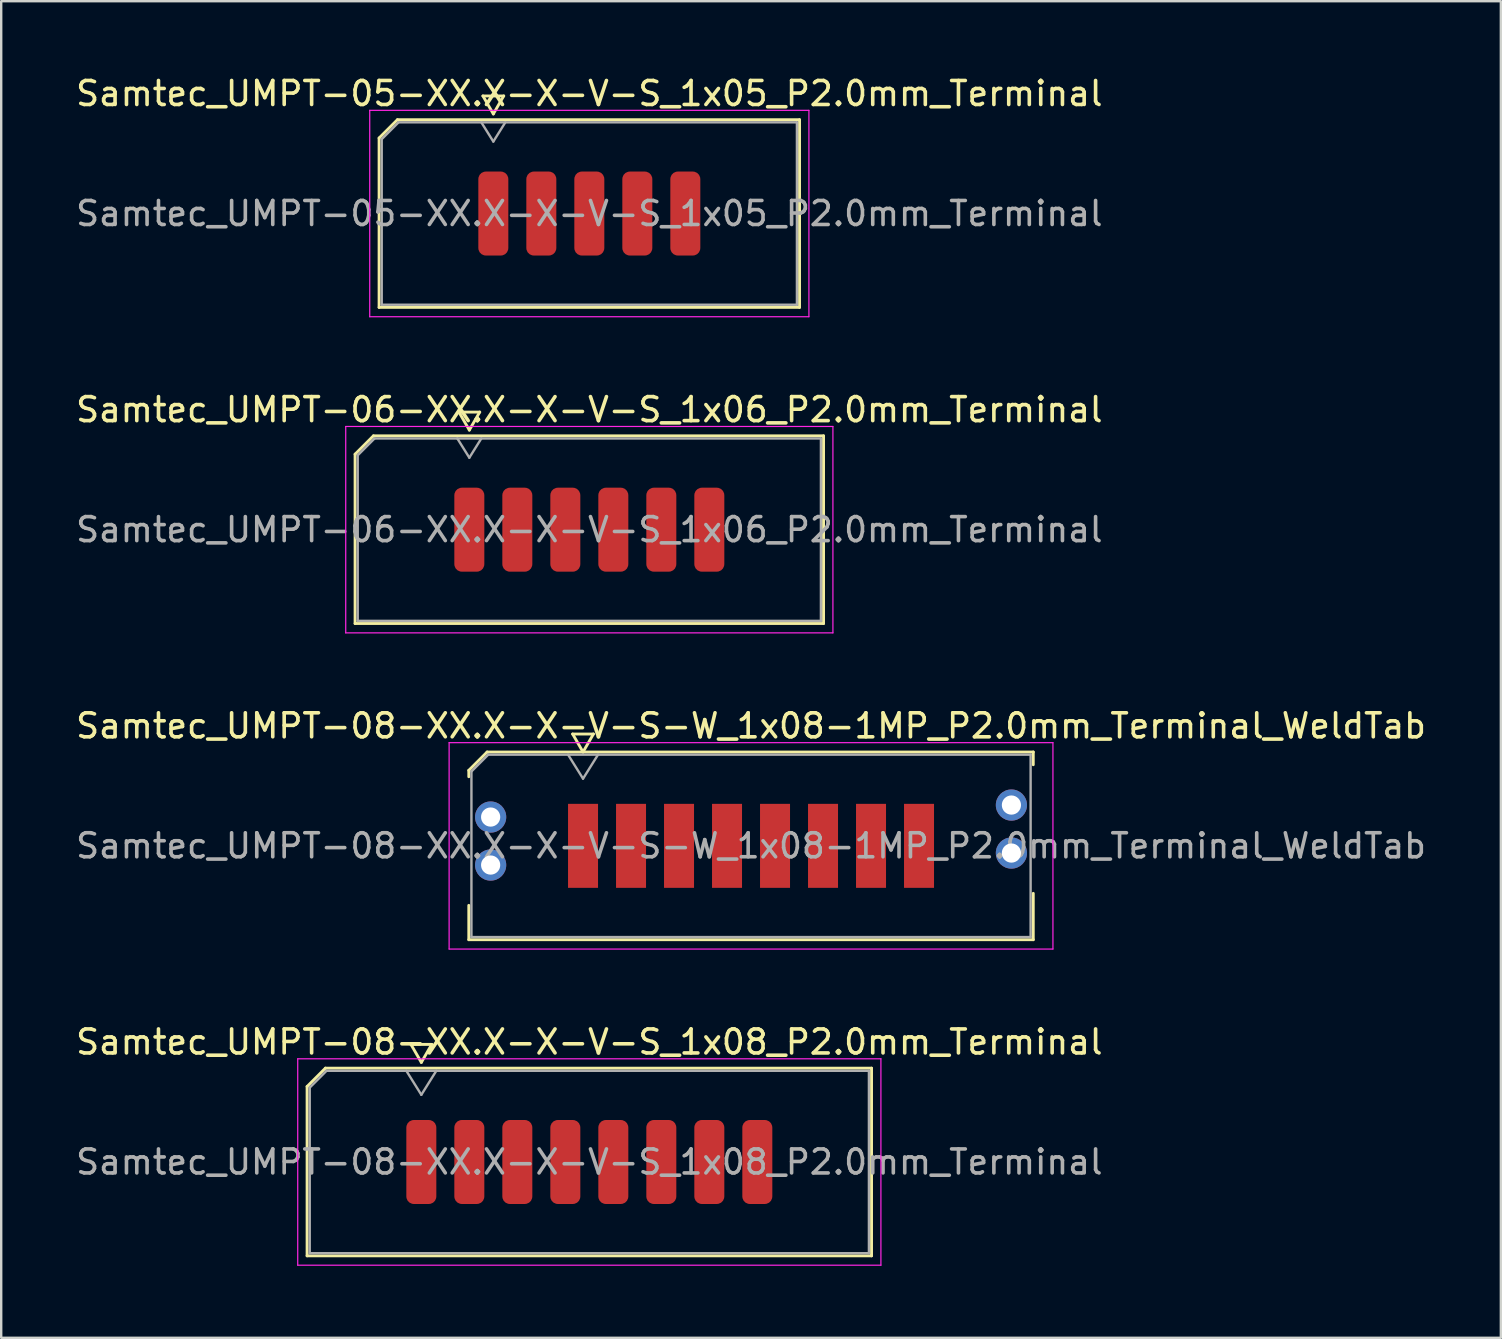
<source format=kicad_pcb>
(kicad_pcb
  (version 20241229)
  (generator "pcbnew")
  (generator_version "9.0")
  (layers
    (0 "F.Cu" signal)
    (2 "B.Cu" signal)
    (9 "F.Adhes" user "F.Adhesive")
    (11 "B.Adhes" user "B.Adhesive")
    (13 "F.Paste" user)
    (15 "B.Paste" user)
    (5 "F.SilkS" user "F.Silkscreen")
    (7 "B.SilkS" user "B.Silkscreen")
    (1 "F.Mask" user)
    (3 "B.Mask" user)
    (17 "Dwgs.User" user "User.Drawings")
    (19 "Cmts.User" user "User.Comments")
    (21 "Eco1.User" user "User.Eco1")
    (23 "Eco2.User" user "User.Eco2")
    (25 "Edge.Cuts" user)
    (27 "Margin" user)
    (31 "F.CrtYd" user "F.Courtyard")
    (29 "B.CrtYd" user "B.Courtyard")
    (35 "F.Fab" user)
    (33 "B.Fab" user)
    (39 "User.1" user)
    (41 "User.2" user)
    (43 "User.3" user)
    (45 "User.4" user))
  (footprint "Samtec_UMPT-05-XX.X-X-V-S_1x05_P2.0mm_Terminal"
    (layer "F.Cu")
    (at 21.506 5.848)
    (property "Reference" "Samtec_UMPT-05-XX.X-X-V-S_1x05_P2.0mm_Terminal" (at 0 -5 0) (layer "F.SilkS") (effects (font (size 1 1) (thickness 0.15))))
    (attr smd)
    (fp_line (start -8.76 -3.146) (end -7.996 -3.91) (stroke (width 0.12) (type solid)) (layer "F.SilkS"))
    (fp_line (start -8.76 3.91) (end -8.76 -3.146) (stroke (width 0.12) (type solid)) (layer "F.SilkS"))
    (fp_line (start -7.996 -3.91) (end 8.76 -3.91) (stroke (width 0.12) (type solid)) (layer "F.SilkS"))
    (fp_line (start -4.433 -4.9) (end -4 -4.15) (stroke (width 0.12) (type solid)) (layer "F.SilkS"))
    (fp_line (start -4 -4.15) (end -3.567 -4.9) (stroke (width 0.12) (type solid)) (layer "F.SilkS"))
    (fp_line (start -3.567 -4.9) (end -4.433 -4.9) (stroke (width 0.12) (type solid)) (layer "F.SilkS"))
    (fp_line (start 8.76 -3.91) (end 8.76 3.91) (stroke (width 0.12) (type solid)) (layer "F.SilkS"))
    (fp_line (start 8.76 3.91) (end -8.76 3.91) (stroke (width 0.12) (type solid)) (layer "F.SilkS"))
    (fp_line (start -9.15 -4.3) (end -9.15 4.3) (stroke (width 0.05) (type solid)) (layer "F.CrtYd"))
    (fp_line (start -9.15 4.3) (end 9.15 4.3) (stroke (width 0.05) (type solid)) (layer "F.CrtYd"))
    (fp_line (start 9.15 -4.3) (end -9.15 -4.3) (stroke (width 0.05) (type solid)) (layer "F.CrtYd"))
    (fp_line (start 9.15 4.3) (end 9.15 -4.3) (stroke (width 0.05) (type solid)) (layer "F.CrtYd"))
    (fp_line (start -8.65 -3.1) (end -7.95 -3.8) (stroke (width 0.1) (type solid)) (layer "F.Fab"))
    (fp_line (start -8.65 3.8) (end -8.65 -3.1) (stroke (width 0.1) (type solid)) (layer "F.Fab"))
    (fp_line (start -7.95 -3.8) (end 8.65 -3.8) (stroke (width 0.1) (type solid)) (layer "F.Fab"))
    (fp_line (start -4.5 -3.8) (end -4 -3) (stroke (width 0.1) (type solid)) (layer "F.Fab"))
    (fp_line (start -4 -3) (end -3.5 -3.8) (stroke (width 0.1) (type solid)) (layer "F.Fab"))
    (fp_line (start 8.65 -3.8) (end 8.65 3.8) (stroke (width 0.1) (type solid)) (layer "F.Fab"))
    (fp_line (start 8.65 3.8) (end -8.65 3.8) (stroke (width 0.1) (type solid)) (layer "F.Fab"))
    (fp_text user "${REFERENCE}" (at 0 0 0) (layer "F.Fab") (effects (font (size 1 1) (thickness 0.15))))
    (pad "1" smd roundrect (at -4 0) (size 1.25 3.5) (layers "F.Cu" "F.Mask" "F.Paste") (roundrect_rratio 0.25))
    (pad "2" smd roundrect (at -2 0) (size 1.25 3.5) (layers "F.Cu" "F.Mask" "F.Paste") (roundrect_rratio 0.25))
    (pad "3" smd roundrect (at 0 0) (size 1.25 3.5) (layers "F.Cu" "F.Mask" "F.Paste") (roundrect_rratio 0.25))
    (pad "4" smd roundrect (at 2 0) (size 1.25 3.5) (layers "F.Cu" "F.Mask" "F.Paste") (roundrect_rratio 0.25))
    (pad "5" smd roundrect (at 4 0) (size 1.25 3.5) (layers "F.Cu" "F.Mask" "F.Paste") (roundrect_rratio 0.25)))
  (footprint "Samtec_UMPT-08-XX.X-X-V-S-W_1x08-1MP_P2.0mm_Terminal_WeldTab"
    (layer "F.Cu")
    (at 28.244 32.195)
    (property "Reference" "Samtec_UMPT-08-XX.X-X-V-S-W_1x08-1MP_P2.0mm_Terminal_WeldTab" (at 0 -5 0) (layer "F.SilkS") (effects (font (size 1 1) (thickness 0.15))))
    (attr smd)
    (fp_line (start -11.76 -3.146) (end -10.996 -3.91) (stroke (width 0.12) (type solid)) (layer "F.SilkS"))
    (fp_line (start -11.76 -2.88) (end -11.76 -3.146) (stroke (width 0.12) (type solid)) (layer "F.SilkS"))
    (fp_line (start -11.76 3.91) (end -11.76 2.48) (stroke (width 0.12) (type solid)) (layer "F.SilkS"))
    (fp_line (start -10.996 -3.91) (end 11.76 -3.91) (stroke (width 0.12) (type solid)) (layer "F.SilkS"))
    (fp_line (start -7.433 -4.66) (end -7 -3.91) (stroke (width 0.12) (type solid)) (layer "F.SilkS"))
    (fp_line (start -7 -3.91) (end -6.567 -4.66) (stroke (width 0.12) (type solid)) (layer "F.SilkS"))
    (fp_line (start -6.567 -4.66) (end -7.433 -4.66) (stroke (width 0.12) (type solid)) (layer "F.SilkS"))
    (fp_line (start 11.76 -3.91) (end 11.76 -3.38) (stroke (width 0.12) (type solid)) (layer "F.SilkS"))
    (fp_line (start 11.76 1.98) (end 11.76 3.91) (stroke (width 0.12) (type solid)) (layer "F.SilkS"))
    (fp_line (start 11.76 3.91) (end -11.76 3.91) (stroke (width 0.12) (type solid)) (layer "F.SilkS"))
    (fp_line (start -12.58 -4.3) (end -12.58 4.3) (stroke (width 0.05) (type solid)) (layer "F.CrtYd"))
    (fp_line (start -12.58 4.3) (end 12.58 4.3) (stroke (width 0.05) (type solid)) (layer "F.CrtYd"))
    (fp_line (start 12.58 -4.3) (end -12.58 -4.3) (stroke (width 0.05) (type solid)) (layer "F.CrtYd"))
    (fp_line (start 12.58 4.3) (end 12.58 -4.3) (stroke (width 0.05) (type solid)) (layer "F.CrtYd"))
    (fp_line (start -11.65 -3.1) (end -10.95 -3.8) (stroke (width 0.1) (type solid)) (layer "F.Fab"))
    (fp_line (start -11.65 3.8) (end -11.65 -3.1) (stroke (width 0.1) (type solid)) (layer "F.Fab"))
    (fp_line (start -10.95 -3.8) (end 11.65 -3.8) (stroke (width 0.1) (type solid)) (layer "F.Fab"))
    (fp_line (start -7 -2.8) (end -7.625 -3.8) (stroke (width 0.1) (type solid)) (layer "F.Fab"))
    (fp_line (start -7 -2.8) (end -6.375 -3.8) (stroke (width 0.1) (type solid)) (layer "F.Fab"))
    (fp_line (start 11.65 -3.8) (end 11.65 3.8) (stroke (width 0.1) (type solid)) (layer "F.Fab"))
    (fp_line (start 11.65 3.8) (end -11.65 3.8) (stroke (width 0.1) (type solid)) (layer "F.Fab"))
    (fp_text user "${REFERENCE}" (at 0 0 0) (layer "F.Fab") (effects (font (size 1 1) (thickness 0.15))))
    (pad "" smd rect (at -10.85 -1.54) (size 2.45 2.28) (layers "F.Paste"))
    (pad "" smd rect (at -10.85 1.14) (size 2.45 2.28) (layers "F.Paste"))
    (pad "" smd rect (at 10.85 -2.04) (size 2.45 2.28) (layers "F.Paste"))
    (pad "" smd rect (at 10.85 0.64) (size 2.45 2.28) (layers "F.Paste"))
    (pad "1" smd rect (at -7 0) (size 1.25 3.5) (layers "F.Cu" "F.Mask" "F.Paste"))
    (pad "2" smd rect (at -5 0) (size 1.25 3.5) (layers "F.Cu" "F.Mask" "F.Paste"))
    (pad "3" smd rect (at -3 0) (size 1.25 3.5) (layers "F.Cu" "F.Mask" "F.Paste"))
    (pad "4" smd rect (at -1 0) (size 1.25 3.5) (layers "F.Cu" "F.Mask" "F.Paste"))
    (pad "5" smd rect (at 1 0) (size 1.25 3.5) (layers "F.Cu" "F.Mask" "F.Paste"))
    (pad "6" smd rect (at 3 0) (size 1.25 3.5) (layers "F.Cu" "F.Mask" "F.Paste"))
    (pad "7" smd rect (at 5 0) (size 1.25 3.5) (layers "F.Cu" "F.Mask" "F.Paste"))
    (pad "8" smd rect (at 7 0) (size 1.25 3.5) (layers "F.Cu" "F.Mask" "F.Paste"))
    (pad "MP" thru_hole circle (at -10.85 -1.2) (size 1.3 1.3) (drill 0.8) (layers "*.Cu" "*.Mask"))
    (pad "MP" thru_hole circle (at -10.85 0.8) (size 1.3 1.3) (drill 0.8) (layers "*.Cu" "*.Mask"))
    (pad "MP" thru_hole circle (at 10.85 -1.7) (size 1.3 1.3) (drill 0.8) (layers "*.Cu" "*.Mask"))
    (pad "MP" thru_hole circle (at 10.85 0.3) (size 1.3 1.3) (drill 0.8) (layers "*.Cu" "*.Mask")))
  (footprint "Samtec_UMPT-08-XX.X-X-V-S_1x08_P2.0mm_Terminal"
    (layer "F.Cu")
    (at 21.506 45.368)
    (property "Reference" "Samtec_UMPT-08-XX.X-X-V-S_1x08_P2.0mm_Terminal" (at 0 -5 0) (layer "F.SilkS") (effects (font (size 1 1) (thickness 0.15))))
    (attr smd)
    (fp_line (start -11.76 -3.146) (end -10.996 -3.91) (stroke (width 0.12) (type solid)) (layer "F.SilkS"))
    (fp_line (start -11.76 3.91) (end -11.76 -3.146) (stroke (width 0.12) (type solid)) (layer "F.SilkS"))
    (fp_line (start -10.996 -3.91) (end 11.76 -3.91) (stroke (width 0.12) (type solid)) (layer "F.SilkS"))
    (fp_line (start -7.433 -4.9) (end -7 -4.15) (stroke (width 0.12) (type solid)) (layer "F.SilkS"))
    (fp_line (start -7 -4.15) (end -6.567 -4.9) (stroke (width 0.12) (type solid)) (layer "F.SilkS"))
    (fp_line (start -6.567 -4.9) (end -7.433 -4.9) (stroke (width 0.12) (type solid)) (layer "F.SilkS"))
    (fp_line (start 11.76 -3.91) (end 11.76 3.91) (stroke (width 0.12) (type solid)) (layer "F.SilkS"))
    (fp_line (start 11.76 3.91) (end -11.76 3.91) (stroke (width 0.12) (type solid)) (layer "F.SilkS"))
    (fp_line (start -12.15 -4.3) (end -12.15 4.3) (stroke (width 0.05) (type solid)) (layer "F.CrtYd"))
    (fp_line (start -12.15 4.3) (end 12.15 4.3) (stroke (width 0.05) (type solid)) (layer "F.CrtYd"))
    (fp_line (start 12.15 -4.3) (end -12.15 -4.3) (stroke (width 0.05) (type solid)) (layer "F.CrtYd"))
    (fp_line (start 12.15 4.3) (end 12.15 -4.3) (stroke (width 0.05) (type solid)) (layer "F.CrtYd"))
    (fp_line (start -11.65 -3.1) (end -10.95 -3.8) (stroke (width 0.1) (type solid)) (layer "F.Fab"))
    (fp_line (start -11.65 3.8) (end -11.65 -3.1) (stroke (width 0.1) (type solid)) (layer "F.Fab"))
    (fp_line (start -10.95 -3.8) (end 11.65 -3.8) (stroke (width 0.1) (type solid)) (layer "F.Fab"))
    (fp_line (start -7 -2.8) (end -7.625 -3.8) (stroke (width 0.1) (type solid)) (layer "F.Fab"))
    (fp_line (start -7 -2.8) (end -6.375 -3.8) (stroke (width 0.1) (type solid)) (layer "F.Fab"))
    (fp_line (start 11.65 -3.8) (end 11.65 3.8) (stroke (width 0.1) (type solid)) (layer "F.Fab"))
    (fp_line (start 11.65 3.8) (end -11.65 3.8) (stroke (width 0.1) (type solid)) (layer "F.Fab"))
    (fp_text user "${REFERENCE}" (at 0 0 0) (layer "F.Fab") (effects (font (size 1 1) (thickness 0.15))))
    (pad "1" smd roundrect (at -7 0) (size 1.25 3.5) (layers "F.Cu" "F.Mask" "F.Paste") (roundrect_rratio 0.25))
    (pad "2" smd roundrect (at -5 0) (size 1.25 3.5) (layers "F.Cu" "F.Mask" "F.Paste") (roundrect_rratio 0.25))
    (pad "3" smd roundrect (at -3 0) (size 1.25 3.5) (layers "F.Cu" "F.Mask" "F.Paste") (roundrect_rratio 0.25))
    (pad "4" smd roundrect (at -1 0) (size 1.25 3.5) (layers "F.Cu" "F.Mask" "F.Paste") (roundrect_rratio 0.25))
    (pad "5" smd roundrect (at 1 0) (size 1.25 3.5) (layers "F.Cu" "F.Mask" "F.Paste") (roundrect_rratio 0.25))
    (pad "6" smd roundrect (at 3 0) (size 1.25 3.5) (layers "F.Cu" "F.Mask" "F.Paste") (roundrect_rratio 0.25))
    (pad "7" smd roundrect (at 5 0) (size 1.25 3.5) (layers "F.Cu" "F.Mask" "F.Paste") (roundrect_rratio 0.25))
    (pad "8" smd roundrect (at 7 0) (size 1.25 3.5) (layers "F.Cu" "F.Mask" "F.Paste") (roundrect_rratio 0.25)))
  (footprint "Samtec_UMPT-06-XX.X-X-V-S_1x06_P2.0mm_Terminal"
    (layer "F.Cu")
    (at 21.506 19.021)
    (property "Reference" "Samtec_UMPT-06-XX.X-X-V-S_1x06_P2.0mm_Terminal" (at 0 -5 0) (layer "F.SilkS") (effects (font (size 1 1) (thickness 0.15))))
    (attr smd)
    (fp_line (start -9.76 -3.146) (end -8.996 -3.91) (stroke (width 0.12) (type solid)) (layer "F.SilkS"))
    (fp_line (start -9.76 3.91) (end -9.76 -3.146) (stroke (width 0.12) (type solid)) (layer "F.SilkS"))
    (fp_line (start -8.996 -3.91) (end 9.76 -3.91) (stroke (width 0.12) (type solid)) (layer "F.SilkS"))
    (fp_line (start -5.433 -4.9) (end -5 -4.15) (stroke (width 0.12) (type solid)) (layer "F.SilkS"))
    (fp_line (start -5 -4.15) (end -4.567 -4.9) (stroke (width 0.12) (type solid)) (layer "F.SilkS"))
    (fp_line (start -4.567 -4.9) (end -5.433 -4.9) (stroke (width 0.12) (type solid)) (layer "F.SilkS"))
    (fp_line (start 9.76 -3.91) (end 9.76 3.91) (stroke (width 0.12) (type solid)) (layer "F.SilkS"))
    (fp_line (start 9.76 3.91) (end -9.76 3.91) (stroke (width 0.12) (type solid)) (layer "F.SilkS"))
    (fp_line (start -10.15 -4.3) (end -10.15 4.3) (stroke (width 0.05) (type solid)) (layer "F.CrtYd"))
    (fp_line (start -10.15 4.3) (end 10.15 4.3) (stroke (width 0.05) (type solid)) (layer "F.CrtYd"))
    (fp_line (start 10.15 -4.3) (end -10.15 -4.3) (stroke (width 0.05) (type solid)) (layer "F.CrtYd"))
    (fp_line (start 10.15 4.3) (end 10.15 -4.3) (stroke (width 0.05) (type solid)) (layer "F.CrtYd"))
    (fp_line (start -9.65 -3.1) (end -8.95 -3.8) (stroke (width 0.1) (type solid)) (layer "F.Fab"))
    (fp_line (start -9.65 3.8) (end -9.65 -3.1) (stroke (width 0.1) (type solid)) (layer "F.Fab"))
    (fp_line (start -8.95 -3.8) (end 9.65 -3.8) (stroke (width 0.1) (type solid)) (layer "F.Fab"))
    (fp_line (start -5.5 -3.8) (end -5 -3) (stroke (width 0.1) (type solid)) (layer "F.Fab"))
    (fp_line (start -5 -3) (end -4.5 -3.8) (stroke (width 0.1) (type solid)) (layer "F.Fab"))
    (fp_line (start 9.65 -3.8) (end 9.65 3.8) (stroke (width 0.1) (type solid)) (layer "F.Fab"))
    (fp_line (start 9.65 3.8) (end -9.65 3.8) (stroke (width 0.1) (type solid)) (layer "F.Fab"))
    (fp_text user "${REFERENCE}" (at 0 0 0) (layer "F.Fab") (effects (font (size 1 1) (thickness 0.15))))
    (pad "1" smd roundrect (at -5 0) (size 1.25 3.5) (layers "F.Cu" "F.Mask" "F.Paste") (roundrect_rratio 0.25))
    (pad "2" smd roundrect (at -3 0) (size 1.25 3.5) (layers "F.Cu" "F.Mask" "F.Paste") (roundrect_rratio 0.25))
    (pad "3" smd roundrect (at -1 0) (size 1.25 3.5) (layers "F.Cu" "F.Mask" "F.Paste") (roundrect_rratio 0.25))
    (pad "4" smd roundrect (at 1 0) (size 1.25 3.5) (layers "F.Cu" "F.Mask" "F.Paste") (roundrect_rratio 0.25))
    (pad "5" smd roundrect (at 3 0) (size 1.25 3.5) (layers "F.Cu" "F.Mask" "F.Paste") (roundrect_rratio 0.25))
    (pad "6" smd roundrect (at 5 0) (size 1.25 3.5) (layers "F.Cu" "F.Mask" "F.Paste") (roundrect_rratio 0.25)))
  (gr_rect
    (start -3 -3)
    (end 59.488 52.693)
    (stroke (width 0.1) (type default))
    (fill no)
    (layer "Edge.Cuts")))
</source>
